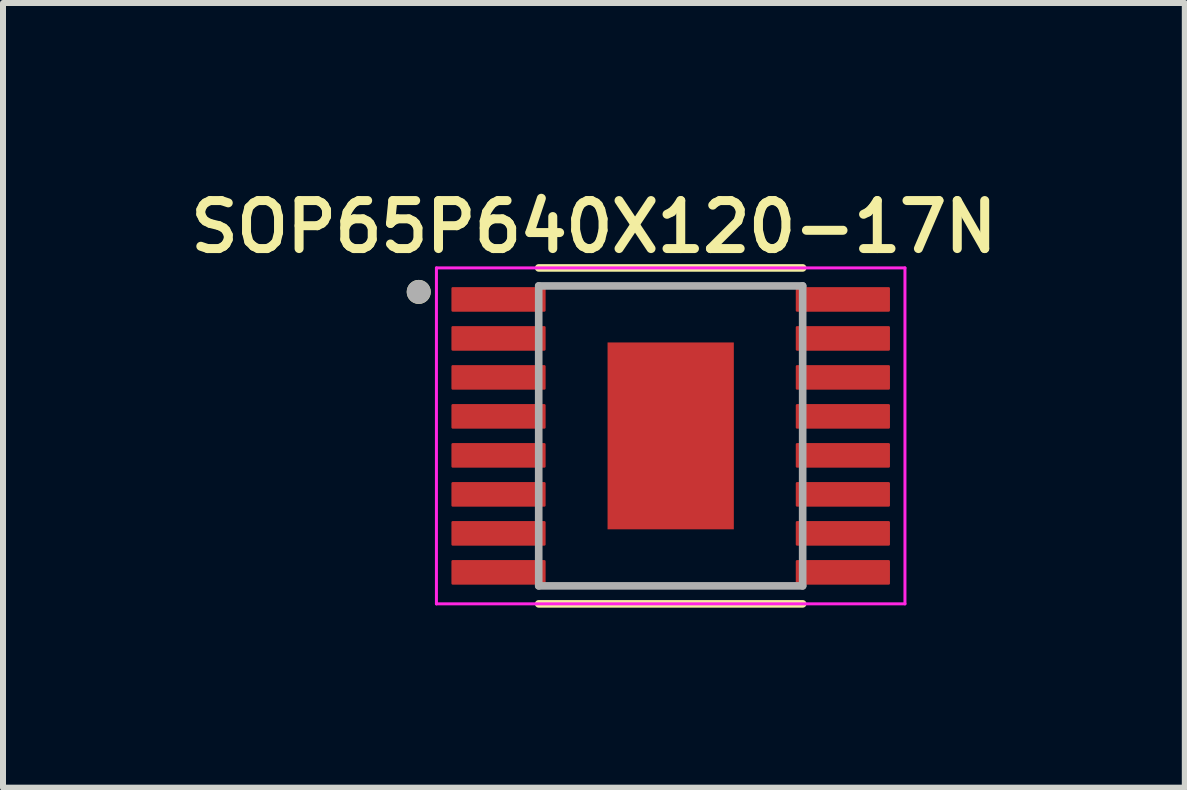
<source format=kicad_pcb>
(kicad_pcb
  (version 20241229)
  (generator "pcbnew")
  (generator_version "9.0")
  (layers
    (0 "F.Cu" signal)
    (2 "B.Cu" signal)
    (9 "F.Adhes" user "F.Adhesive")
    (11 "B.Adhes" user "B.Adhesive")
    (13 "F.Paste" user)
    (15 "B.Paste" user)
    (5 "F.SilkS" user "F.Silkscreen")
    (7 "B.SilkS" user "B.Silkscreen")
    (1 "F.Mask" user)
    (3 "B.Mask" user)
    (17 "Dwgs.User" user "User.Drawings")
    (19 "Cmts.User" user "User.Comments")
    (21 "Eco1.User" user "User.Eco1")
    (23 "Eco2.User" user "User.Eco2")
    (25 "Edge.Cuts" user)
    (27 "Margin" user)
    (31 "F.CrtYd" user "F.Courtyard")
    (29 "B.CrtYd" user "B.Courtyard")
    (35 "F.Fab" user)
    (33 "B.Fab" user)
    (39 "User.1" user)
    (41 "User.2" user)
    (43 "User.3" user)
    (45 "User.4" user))
  (footprint "SOP65P640X120-17N"
    (layer "F.Cu")
    (at 8.13 4.216)
    (property "Reference" "SOP65P640X120-17N" (at -1.28 -3.485 0) (layer "F.SilkS") (effects (font (size 0.8 0.8) (thickness 0.15))))
    (attr through_hole)
    (fp_line (start -2.2 -2.8) (end 2.2 -2.8) (stroke (width 0.127) (type solid)) (layer "F.SilkS"))
    (fp_line (start -2.2 2.8) (end 2.2 2.8) (stroke (width 0.127) (type solid)) (layer "F.SilkS"))
    (fp_circle (center -4.2 -2.4) (end -4.1 -2.4) (stroke (width 0.2) (type solid)) (fill no) (layer "F.SilkS"))
    (fp_poly (pts (xy -0.666 -0.985) (xy 0.666 -0.985) (xy 0.666 0.985) (xy -0.666 0.985)) (stroke (width 0.01) (type solid)) (fill yes) (layer "F.Paste"))
    (fp_line (start -3.905 -2.8) (end -3.905 2.8) (stroke (width 0.05) (type solid)) (layer "F.CrtYd"))
    (fp_line (start -3.905 -2.8) (end 3.905 -2.8) (stroke (width 0.05) (type solid)) (layer "F.CrtYd"))
    (fp_line (start -3.905 2.8) (end 3.905 2.8) (stroke (width 0.05) (type solid)) (layer "F.CrtYd"))
    (fp_line (start 3.905 -2.8) (end 3.905 2.8) (stroke (width 0.05) (type solid)) (layer "F.CrtYd"))
    (fp_line (start -2.2 -2.5) (end -2.2 2.5) (stroke (width 0.127) (type solid)) (layer "F.Fab"))
    (fp_line (start -2.2 -2.5) (end 2.2 -2.5) (stroke (width 0.127) (type solid)) (layer "F.Fab"))
    (fp_line (start -2.2 2.5) (end 2.2 2.5) (stroke (width 0.127) (type solid)) (layer "F.Fab"))
    (fp_line (start 2.2 -2.5) (end 2.2 2.5) (stroke (width 0.127) (type solid)) (layer "F.Fab"))
    (fp_circle (center -4.2 -2.4) (end -4.1 -2.4) (stroke (width 0.2) (type solid)) (fill no) (layer "F.Fab"))
    (pad "1" smd roundrect (at -2.87 -2.275) (size 1.57 0.41) (layers "F.Cu" "F.Mask" "F.Paste") (roundrect_rratio 0.05))
    (pad "2" smd roundrect (at -2.87 -1.625) (size 1.57 0.41) (layers "F.Cu" "F.Mask" "F.Paste") (roundrect_rratio 0.05))
    (pad "3" smd roundrect (at -2.87 -0.975) (size 1.57 0.41) (layers "F.Cu" "F.Mask" "F.Paste") (roundrect_rratio 0.05))
    (pad "4" smd roundrect (at -2.87 -0.325) (size 1.57 0.41) (layers "F.Cu" "F.Mask" "F.Paste") (roundrect_rratio 0.05))
    (pad "5" smd roundrect (at -2.87 0.325) (size 1.57 0.41) (layers "F.Cu" "F.Mask" "F.Paste") (roundrect_rratio 0.05))
    (pad "6" smd roundrect (at -2.87 0.975) (size 1.57 0.41) (layers "F.Cu" "F.Mask" "F.Paste") (roundrect_rratio 0.05))
    (pad "7" smd roundrect (at -2.87 1.625) (size 1.57 0.41) (layers "F.Cu" "F.Mask" "F.Paste") (roundrect_rratio 0.05))
    (pad "8" smd roundrect (at -2.87 2.275) (size 1.57 0.41) (layers "F.Cu" "F.Mask" "F.Paste") (roundrect_rratio 0.05))
    (pad "9" smd roundrect (at 2.87 2.275) (size 1.57 0.41) (layers "F.Cu" "F.Mask" "F.Paste") (roundrect_rratio 0.05))
    (pad "10" smd roundrect (at 2.87 1.625) (size 1.57 0.41) (layers "F.Cu" "F.Mask" "F.Paste") (roundrect_rratio 0.05))
    (pad "11" smd roundrect (at 2.87 0.975) (size 1.57 0.41) (layers "F.Cu" "F.Mask" "F.Paste") (roundrect_rratio 0.05))
    (pad "12" smd roundrect (at 2.87 0.325) (size 1.57 0.41) (layers "F.Cu" "F.Mask" "F.Paste") (roundrect_rratio 0.05))
    (pad "13" smd roundrect (at 2.87 -0.325) (size 1.57 0.41) (layers "F.Cu" "F.Mask" "F.Paste") (roundrect_rratio 0.05))
    (pad "14" smd roundrect (at 2.87 -0.975) (size 1.57 0.41) (layers "F.Cu" "F.Mask" "F.Paste") (roundrect_rratio 0.05))
    (pad "15" smd roundrect (at 2.87 -1.625) (size 1.57 0.41) (layers "F.Cu" "F.Mask" "F.Paste") (roundrect_rratio 0.05))
    (pad "16" smd roundrect (at 2.87 -2.275) (size 1.57 0.41) (layers "F.Cu" "F.Mask" "F.Paste") (roundrect_rratio 0.05))
    (pad "17" smd rect (at 0 0) (size 2.105 3.115) (layers "F.Cu" "F.Mask")))
  (gr_rect
    (start -3 -3)
    (end 16.7 10.08)
    (stroke (width 0.1) (type default))
    (fill no)
    (layer "Edge.Cuts")))
</source>
